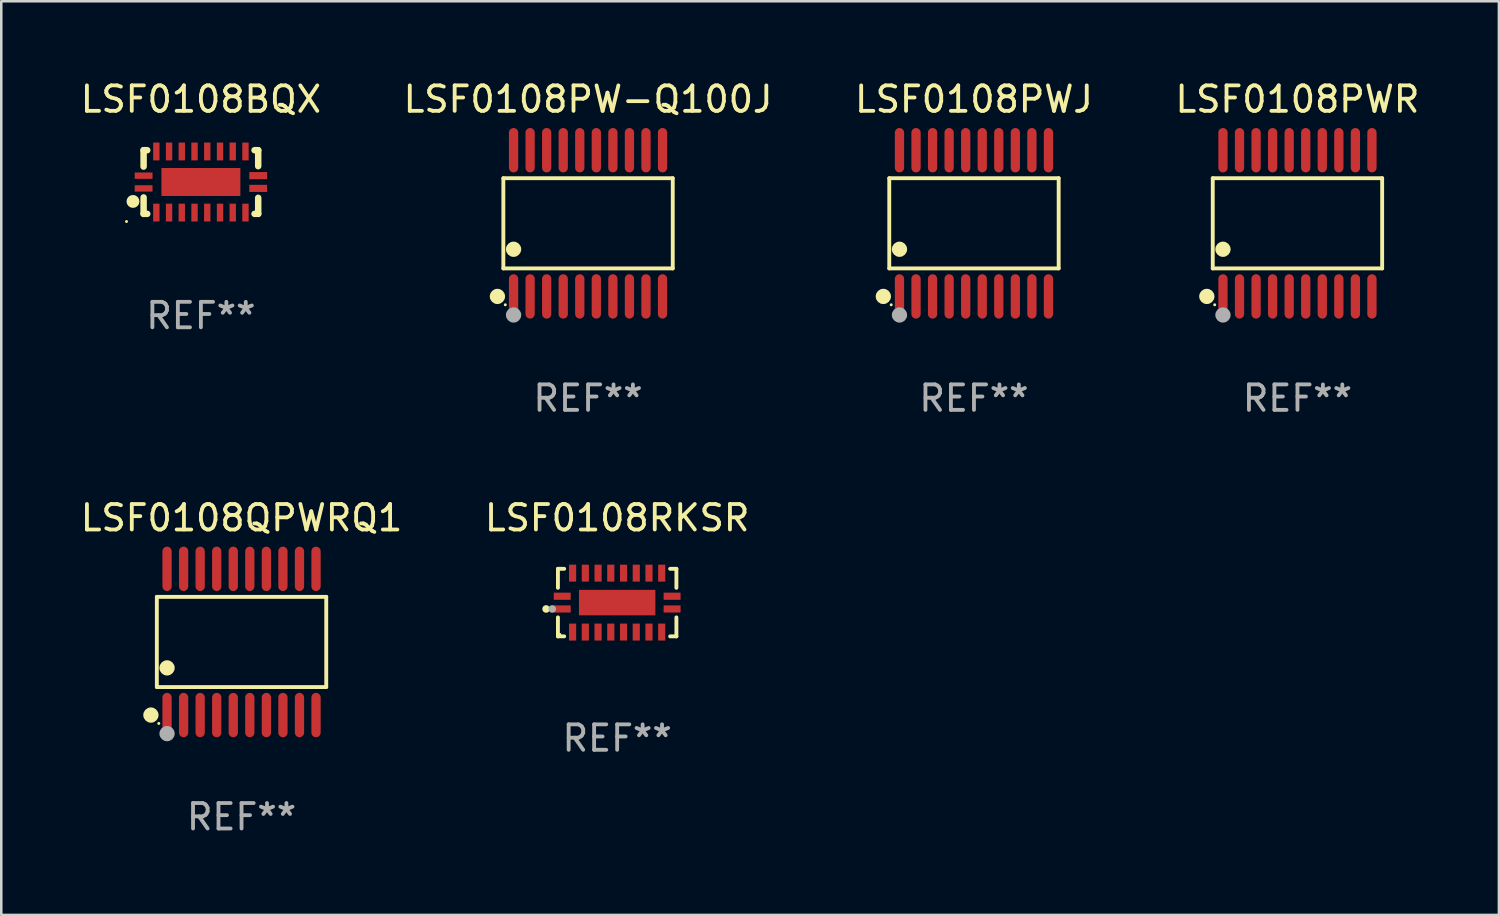
<source format=kicad_pcb>
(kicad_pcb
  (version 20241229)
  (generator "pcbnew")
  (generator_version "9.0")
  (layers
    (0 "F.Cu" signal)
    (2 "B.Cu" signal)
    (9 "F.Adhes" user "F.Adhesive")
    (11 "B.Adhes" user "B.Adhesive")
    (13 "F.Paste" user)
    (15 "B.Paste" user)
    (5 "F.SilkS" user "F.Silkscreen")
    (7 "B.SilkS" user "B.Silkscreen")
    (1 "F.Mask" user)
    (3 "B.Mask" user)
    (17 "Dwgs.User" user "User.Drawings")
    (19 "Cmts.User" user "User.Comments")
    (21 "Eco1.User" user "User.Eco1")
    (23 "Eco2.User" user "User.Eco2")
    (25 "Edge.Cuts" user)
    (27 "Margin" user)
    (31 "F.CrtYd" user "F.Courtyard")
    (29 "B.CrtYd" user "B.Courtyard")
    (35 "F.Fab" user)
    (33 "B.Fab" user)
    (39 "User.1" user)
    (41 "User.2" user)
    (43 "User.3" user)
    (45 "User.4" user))
  (footprint "LSF0108RKSR"
    (layer "F.Cu")
    (at 21.185 20.613)
    (property "Reference" "LSF0108RKSR" (at 0 -3.326 0) (layer "F.SilkS") (effects (font (size 1 1) (thickness 0.15))))
    (attr through_hole)
    (fp_line (start -2.326 -1.326) (end -2.08 -1.326) (stroke (width 0.152) (type solid)) (layer "F.SilkS"))
    (fp_line (start -2.326 -0.58) (end -2.326 -1.326) (stroke (width 0.152) (type solid)) (layer "F.SilkS"))
    (fp_line (start -2.326 0.58) (end -2.326 1.326) (stroke (width 0.152) (type solid)) (layer "F.SilkS"))
    (fp_line (start -2.326 1.326) (end -2.08 1.326) (stroke (width 0.152) (type solid)) (layer "F.SilkS"))
    (fp_line (start 2.326 -1.326) (end 2.08 -1.326) (stroke (width 0.152) (type solid)) (layer "F.SilkS"))
    (fp_line (start 2.326 -0.58) (end 2.326 -1.326) (stroke (width 0.152) (type solid)) (layer "F.SilkS"))
    (fp_line (start 2.326 0.58) (end 2.326 1.326) (stroke (width 0.152) (type solid)) (layer "F.SilkS"))
    (fp_line (start 2.326 1.326) (end 2.08 1.326) (stroke (width 0.152) (type solid)) (layer "F.SilkS"))
    (fp_circle (center -2.79 0.25) (end -2.715 0.25) (stroke (width 0.15) (type solid)) (fill no) (layer "F.SilkS"))
    (fp_circle (center -2.25 1.25) (end -2.22 1.25) (stroke (width 0.06) (type solid)) (fill no) (layer "F.SilkS"))
    (fp_circle (center -2.55 0.25) (end -2.475 0.25) (stroke (width 0.15) (type solid)) (fill no) (layer "F.Fab"))
    (fp_text user "REF**" (at 0 5.326 0) (layer "F.Fab") (effects (font (size 1 1) (thickness 0.15))))
    (pad "1" smd rect (at -2.157 0.25) (size 0.665 0.28) (layers "F.Cu" "F.Mask" "F.Paste"))
    (pad "2" smd rect (at -1.75 1.157) (size 0.28 0.665) (layers "F.Cu" "F.Mask" "F.Paste"))
    (pad "3" smd rect (at -1.25 1.157) (size 0.28 0.665) (layers "F.Cu" "F.Mask" "F.Paste"))
    (pad "4" smd rect (at -0.75 1.157) (size 0.28 0.665) (layers "F.Cu" "F.Mask" "F.Paste"))
    (pad "5" smd rect (at -0.25 1.157) (size 0.28 0.665) (layers "F.Cu" "F.Mask" "F.Paste"))
    (pad "6" smd rect (at 0.25 1.157) (size 0.28 0.665) (layers "F.Cu" "F.Mask" "F.Paste"))
    (pad "7" smd rect (at 0.75 1.157) (size 0.28 0.665) (layers "F.Cu" "F.Mask" "F.Paste"))
    (pad "8" smd rect (at 1.25 1.157) (size 0.28 0.665) (layers "F.Cu" "F.Mask" "F.Paste"))
    (pad "9" smd rect (at 1.75 1.157) (size 0.28 0.665) (layers "F.Cu" "F.Mask" "F.Paste"))
    (pad "10" smd rect (at 2.157 0.25) (size 0.665 0.28) (layers "F.Cu" "F.Mask" "F.Paste"))
    (pad "11" smd rect (at 2.157 -0.25) (size 0.665 0.28) (layers "F.Cu" "F.Mask" "F.Paste"))
    (pad "12" smd rect (at 1.75 -1.157) (size 0.28 0.665) (layers "F.Cu" "F.Mask" "F.Paste"))
    (pad "13" smd rect (at 1.25 -1.157) (size 0.28 0.665) (layers "F.Cu" "F.Mask" "F.Paste"))
    (pad "14" smd rect (at 0.75 -1.157) (size 0.28 0.665) (layers "F.Cu" "F.Mask" "F.Paste"))
    (pad "15" smd rect (at 0.25 -1.157) (size 0.28 0.665) (layers "F.Cu" "F.Mask" "F.Paste"))
    (pad "16" smd rect (at -0.25 -1.157) (size 0.28 0.665) (layers "F.Cu" "F.Mask" "F.Paste"))
    (pad "17" smd rect (at -0.75 -1.157) (size 0.28 0.665) (layers "F.Cu" "F.Mask" "F.Paste"))
    (pad "18" smd rect (at -1.25 -1.157) (size 0.28 0.665) (layers "F.Cu" "F.Mask" "F.Paste"))
    (pad "19" smd rect (at -1.75 -1.157) (size 0.28 0.665) (layers "F.Cu" "F.Mask" "F.Paste"))
    (pad "20" smd rect (at -2.157 -0.25) (size 0.665 0.28) (layers "F.Cu" "F.Mask" "F.Paste"))
    (pad "21" smd rect (at 0 0) (size 3 1) (layers "F.Cu" "F.Mask" "F.Paste")))
  (footprint "LSF0108BQX"
    (layer "F.Cu")
    (at 4.839 4.098)
    (property "Reference" "LSF0108BQX" (at 0 -3.25 0) (layer "F.SilkS") (effects (font (size 1 1) (thickness 0.15))))
    (attr through_hole)
    (fp_line (start -2.25 0.605) (end -2.25 1.25) (stroke (width 0.254) (type solid)) (layer "F.SilkS"))
    (fp_line (start -2.25 1.25) (end -2.107 1.25) (stroke (width 0.254) (type solid)) (layer "F.SilkS"))
    (fp_line (start -2.25 -1.25) (end -2.25 -0.606) (stroke (width 0.254) (type solid)) (layer "F.SilkS"))
    (fp_line (start -2.25 -1.25) (end -2.107 -1.25) (stroke (width 0.254) (type solid)) (layer "F.SilkS"))
    (fp_line (start 2.107 -1.25) (end 2.25 -1.25) (stroke (width 0.254) (type solid)) (layer "F.SilkS"))
    (fp_line (start 2.107 1.25) (end 2.25 1.25) (stroke (width 0.254) (type solid)) (layer "F.SilkS"))
    (fp_line (start 2.25 -1.25) (end 2.25 -0.622) (stroke (width 0.254) (type solid)) (layer "F.SilkS"))
    (fp_line (start 2.25 0.62) (end 2.25 1.25) (stroke (width 0.254) (type solid)) (layer "F.SilkS"))
    (fp_circle (center -2.921 1.55) (end -2.891 1.55) (stroke (width 0.06) (type solid)) (fill no) (layer "F.SilkS"))
    (fp_circle (center -2.667 0.762) (end -2.54 0.762) (stroke (width 0.254) (type solid)) (fill no) (layer "F.SilkS"))
    (fp_text user "REF**" (at 0 5.25 0) (layer "F.Fab") (effects (font (size 1 1) (thickness 0.15))))
    (pad "1" smd rect (at -2.25 0.25 180) (size 0.7 0.25) (layers "F.Cu" "F.Mask" "F.Paste"))
    (pad "2" smd rect (at -1.75 1.2 90) (size 0.7 0.25) (layers "F.Cu" "F.Mask" "F.Paste"))
    (pad "3" smd rect (at -1.25 1.2 90) (size 0.7 0.25) (layers "F.Cu" "F.Mask" "F.Paste"))
    (pad "4" smd rect (at -0.751 1.2 90) (size 0.7 0.25) (layers "F.Cu" "F.Mask" "F.Paste"))
    (pad "5" smd rect (at -0.25 1.2 90) (size 0.7 0.25) (layers "F.Cu" "F.Mask" "F.Paste"))
    (pad "6" smd rect (at 0.25 1.2 90) (size 0.7 0.25) (layers "F.Cu" "F.Mask" "F.Paste"))
    (pad "7" smd rect (at 0.751 1.2 90) (size 0.7 0.25) (layers "F.Cu" "F.Mask" "F.Paste"))
    (pad "8" smd rect (at 1.25 1.2 90) (size 0.7 0.25) (layers "F.Cu" "F.Mask" "F.Paste"))
    (pad "9" smd rect (at 1.75 1.2 90) (size 0.7 0.25) (layers "F.Cu" "F.Mask" "F.Paste"))
    (pad "10" smd rect (at 2.25 0.25 180) (size 0.7 0.28) (layers "F.Cu" "F.Mask" "F.Paste"))
    (pad "11" smd rect (at 2.25 -0.251 180) (size 0.7 0.28) (layers "F.Cu" "F.Mask" "F.Paste"))
    (pad "12" smd rect (at 1.75 -1.2 90) (size 0.7 0.25) (layers "F.Cu" "F.Mask" "F.Paste"))
    (pad "13" smd rect (at 1.25 -1.2 90) (size 0.7 0.25) (layers "F.Cu" "F.Mask" "F.Paste"))
    (pad "14" smd rect (at 0.751 -1.2 90) (size 0.7 0.25) (layers "F.Cu" "F.Mask" "F.Paste"))
    (pad "15" smd rect (at 0.25 -1.2 90) (size 0.7 0.25) (layers "F.Cu" "F.Mask" "F.Paste"))
    (pad "16" smd rect (at -0.25 -1.2 90) (size 0.7 0.25) (layers "F.Cu" "F.Mask" "F.Paste"))
    (pad "17" smd rect (at -0.751 -1.2 90) (size 0.7 0.25) (layers "F.Cu" "F.Mask" "F.Paste"))
    (pad "18" smd rect (at -1.25 -1.2 90) (size 0.7 0.25) (layers "F.Cu" "F.Mask" "F.Paste"))
    (pad "19" smd rect (at -1.75 -1.2 90) (size 0.7 0.25) (layers "F.Cu" "F.Mask" "F.Paste"))
    (pad "20" smd rect (at -2.25 -0.25 180) (size 0.7 0.25) (layers "F.Cu" "F.Mask" "F.Paste"))
    (pad "21" smd rect (at 0 -0.001 180) (size 3.1 1.1) (layers "F.Cu" "F.Mask" "F.Paste")))
  (footprint "LSF0108PWJ"
    (layer "F.Cu")
    (at 35.196 5.719)
    (property "Reference" "LSF0108PWJ" (at 0 -4.871 0) (layer "F.SilkS") (effects (font (size 1 1) (thickness 0.15))))
    (attr through_hole)
    (fp_line (start -3.326 -1.771) (end 3.326 -1.771) (stroke (width 0.152) (type solid)) (layer "F.SilkS"))
    (fp_line (start -3.326 1.771) (end -3.326 -1.771) (stroke (width 0.152) (type solid)) (layer "F.SilkS"))
    (fp_line (start 3.326 -1.771) (end 3.326 1.771) (stroke (width 0.152) (type solid)) (layer "F.SilkS"))
    (fp_line (start 3.326 1.771) (end -3.326 1.771) (stroke (width 0.152) (type solid)) (layer "F.SilkS"))
    (fp_circle (center -3.559 2.871) (end -3.409 2.871) (stroke (width 0.3) (type solid)) (fill no) (layer "F.SilkS"))
    (fp_circle (center -3.25 3.2) (end -3.22 3.2) (stroke (width 0.06) (type solid)) (fill no) (layer "F.SilkS"))
    (fp_circle (center -2.925 1.019) (end -2.775 1.019) (stroke (width 0.3) (type solid)) (fill no) (layer "F.SilkS"))
    (fp_circle (center -2.925 3.6) (end -2.775 3.6) (stroke (width 0.3) (type solid)) (fill no) (layer "F.Fab"))
    (fp_text user "REF**" (at 0 6.871 0) (layer "F.Fab") (effects (font (size 1 1) (thickness 0.15))))
    (pad "1" smd oval (at -2.925 2.871) (size 0.364 1.742) (layers "F.Cu" "F.Mask" "F.Paste"))
    (pad "2" smd oval (at -2.275 2.871) (size 0.364 1.742) (layers "F.Cu" "F.Mask" "F.Paste"))
    (pad "3" smd oval (at -1.625 2.871) (size 0.364 1.742) (layers "F.Cu" "F.Mask" "F.Paste"))
    (pad "4" smd oval (at -0.975 2.871) (size 0.364 1.742) (layers "F.Cu" "F.Mask" "F.Paste"))
    (pad "5" smd oval (at -0.325 2.871) (size 0.364 1.742) (layers "F.Cu" "F.Mask" "F.Paste"))
    (pad "6" smd oval (at 0.325 2.871) (size 0.364 1.742) (layers "F.Cu" "F.Mask" "F.Paste"))
    (pad "7" smd oval (at 0.975 2.871) (size 0.364 1.742) (layers "F.Cu" "F.Mask" "F.Paste"))
    (pad "8" smd oval (at 1.625 2.871) (size 0.364 1.742) (layers "F.Cu" "F.Mask" "F.Paste"))
    (pad "9" smd oval (at 2.275 2.871) (size 0.364 1.742) (layers "F.Cu" "F.Mask" "F.Paste"))
    (pad "10" smd oval (at 2.925 2.871) (size 0.364 1.742) (layers "F.Cu" "F.Mask" "F.Paste"))
    (pad "11" smd oval (at 2.925 -2.871) (size 0.364 1.742) (layers "F.Cu" "F.Mask" "F.Paste"))
    (pad "12" smd oval (at 2.275 -2.871) (size 0.364 1.742) (layers "F.Cu" "F.Mask" "F.Paste"))
    (pad "13" smd oval (at 1.625 -2.871) (size 0.364 1.742) (layers "F.Cu" "F.Mask" "F.Paste"))
    (pad "14" smd oval (at 0.975 -2.871) (size 0.364 1.742) (layers "F.Cu" "F.Mask" "F.Paste"))
    (pad "15" smd oval (at 0.325 -2.871) (size 0.364 1.742) (layers "F.Cu" "F.Mask" "F.Paste"))
    (pad "16" smd oval (at -0.325 -2.871) (size 0.364 1.742) (layers "F.Cu" "F.Mask" "F.Paste"))
    (pad "17" smd oval (at -0.975 -2.871) (size 0.364 1.742) (layers "F.Cu" "F.Mask" "F.Paste"))
    (pad "18" smd oval (at -1.625 -2.871) (size 0.364 1.742) (layers "F.Cu" "F.Mask" "F.Paste"))
    (pad "19" smd oval (at -2.275 -2.871) (size 0.364 1.742) (layers "F.Cu" "F.Mask" "F.Paste"))
    (pad "20" smd oval (at -2.925 -2.871) (size 0.364 1.742) (layers "F.Cu" "F.Mask" "F.Paste")))
  (footprint "LSF0108QPWRQ1"
    (layer "F.Cu")
    (at 6.435 22.158)
    (property "Reference" "LSF0108QPWRQ1" (at 0 -4.871 0) (layer "F.SilkS") (effects (font (size 1 1) (thickness 0.15))))
    (attr through_hole)
    (fp_line (start -3.326 -1.771) (end 3.326 -1.771) (stroke (width 0.152) (type solid)) (layer "F.SilkS"))
    (fp_line (start -3.326 1.771) (end -3.326 -1.771) (stroke (width 0.152) (type solid)) (layer "F.SilkS"))
    (fp_line (start 3.326 -1.771) (end 3.326 1.771) (stroke (width 0.152) (type solid)) (layer "F.SilkS"))
    (fp_line (start 3.326 1.771) (end -3.326 1.771) (stroke (width 0.152) (type solid)) (layer "F.SilkS"))
    (fp_circle (center -3.559 2.871) (end -3.409 2.871) (stroke (width 0.3) (type solid)) (fill no) (layer "F.SilkS"))
    (fp_circle (center -3.25 3.2) (end -3.22 3.2) (stroke (width 0.06) (type solid)) (fill no) (layer "F.SilkS"))
    (fp_circle (center -2.925 1.019) (end -2.775 1.019) (stroke (width 0.3) (type solid)) (fill no) (layer "F.SilkS"))
    (fp_circle (center -2.925 3.6) (end -2.775 3.6) (stroke (width 0.3) (type solid)) (fill no) (layer "F.Fab"))
    (fp_text user "REF**" (at 0 6.871 0) (layer "F.Fab") (effects (font (size 1 1) (thickness 0.15))))
    (pad "1" smd oval (at -2.925 2.871) (size 0.364 1.742) (layers "F.Cu" "F.Mask" "F.Paste"))
    (pad "2" smd oval (at -2.275 2.871) (size 0.364 1.742) (layers "F.Cu" "F.Mask" "F.Paste"))
    (pad "3" smd oval (at -1.625 2.871) (size 0.364 1.742) (layers "F.Cu" "F.Mask" "F.Paste"))
    (pad "4" smd oval (at -0.975 2.871) (size 0.364 1.742) (layers "F.Cu" "F.Mask" "F.Paste"))
    (pad "5" smd oval (at -0.325 2.871) (size 0.364 1.742) (layers "F.Cu" "F.Mask" "F.Paste"))
    (pad "6" smd oval (at 0.325 2.871) (size 0.364 1.742) (layers "F.Cu" "F.Mask" "F.Paste"))
    (pad "7" smd oval (at 0.975 2.871) (size 0.364 1.742) (layers "F.Cu" "F.Mask" "F.Paste"))
    (pad "8" smd oval (at 1.625 2.871) (size 0.364 1.742) (layers "F.Cu" "F.Mask" "F.Paste"))
    (pad "9" smd oval (at 2.275 2.871) (size 0.364 1.742) (layers "F.Cu" "F.Mask" "F.Paste"))
    (pad "10" smd oval (at 2.925 2.871) (size 0.364 1.742) (layers "F.Cu" "F.Mask" "F.Paste"))
    (pad "11" smd oval (at 2.925 -2.871) (size 0.364 1.742) (layers "F.Cu" "F.Mask" "F.Paste"))
    (pad "12" smd oval (at 2.275 -2.871) (size 0.364 1.742) (layers "F.Cu" "F.Mask" "F.Paste"))
    (pad "13" smd oval (at 1.625 -2.871) (size 0.364 1.742) (layers "F.Cu" "F.Mask" "F.Paste"))
    (pad "14" smd oval (at 0.975 -2.871) (size 0.364 1.742) (layers "F.Cu" "F.Mask" "F.Paste"))
    (pad "15" smd oval (at 0.325 -2.871) (size 0.364 1.742) (layers "F.Cu" "F.Mask" "F.Paste"))
    (pad "16" smd oval (at -0.325 -2.871) (size 0.364 1.742) (layers "F.Cu" "F.Mask" "F.Paste"))
    (pad "17" smd oval (at -0.975 -2.871) (size 0.364 1.742) (layers "F.Cu" "F.Mask" "F.Paste"))
    (pad "18" smd oval (at -1.625 -2.871) (size 0.364 1.742) (layers "F.Cu" "F.Mask" "F.Paste"))
    (pad "19" smd oval (at -2.275 -2.871) (size 0.364 1.742) (layers "F.Cu" "F.Mask" "F.Paste"))
    (pad "20" smd oval (at -2.925 -2.871) (size 0.364 1.742) (layers "F.Cu" "F.Mask" "F.Paste")))
  (footprint "LSF0108PW-Q100J"
    (layer "F.Cu")
    (at 20.042 5.719)
    (property "Reference" "LSF0108PW-Q100J" (at 0 -4.871 0) (layer "F.SilkS") (effects (font (size 1 1) (thickness 0.15))))
    (attr through_hole)
    (fp_line (start -3.326 -1.771) (end 3.326 -1.771) (stroke (width 0.152) (type solid)) (layer "F.SilkS"))
    (fp_line (start -3.326 1.771) (end -3.326 -1.771) (stroke (width 0.152) (type solid)) (layer "F.SilkS"))
    (fp_line (start 3.326 -1.771) (end 3.326 1.771) (stroke (width 0.152) (type solid)) (layer "F.SilkS"))
    (fp_line (start 3.326 1.771) (end -3.326 1.771) (stroke (width 0.152) (type solid)) (layer "F.SilkS"))
    (fp_circle (center -3.559 2.871) (end -3.409 2.871) (stroke (width 0.3) (type solid)) (fill no) (layer "F.SilkS"))
    (fp_circle (center -3.25 3.2) (end -3.22 3.2) (stroke (width 0.06) (type solid)) (fill no) (layer "F.SilkS"))
    (fp_circle (center -2.925 1.019) (end -2.775 1.019) (stroke (width 0.3) (type solid)) (fill no) (layer "F.SilkS"))
    (fp_circle (center -2.925 3.6) (end -2.775 3.6) (stroke (width 0.3) (type solid)) (fill no) (layer "F.Fab"))
    (fp_text user "REF**" (at 0 6.871 0) (layer "F.Fab") (effects (font (size 1 1) (thickness 0.15))))
    (pad "1" smd oval (at -2.925 2.871) (size 0.364 1.742) (layers "F.Cu" "F.Mask" "F.Paste"))
    (pad "2" smd oval (at -2.275 2.871) (size 0.364 1.742) (layers "F.Cu" "F.Mask" "F.Paste"))
    (pad "3" smd oval (at -1.625 2.871) (size 0.364 1.742) (layers "F.Cu" "F.Mask" "F.Paste"))
    (pad "4" smd oval (at -0.975 2.871) (size 0.364 1.742) (layers "F.Cu" "F.Mask" "F.Paste"))
    (pad "5" smd oval (at -0.325 2.871) (size 0.364 1.742) (layers "F.Cu" "F.Mask" "F.Paste"))
    (pad "6" smd oval (at 0.325 2.871) (size 0.364 1.742) (layers "F.Cu" "F.Mask" "F.Paste"))
    (pad "7" smd oval (at 0.975 2.871) (size 0.364 1.742) (layers "F.Cu" "F.Mask" "F.Paste"))
    (pad "8" smd oval (at 1.625 2.871) (size 0.364 1.742) (layers "F.Cu" "F.Mask" "F.Paste"))
    (pad "9" smd oval (at 2.275 2.871) (size 0.364 1.742) (layers "F.Cu" "F.Mask" "F.Paste"))
    (pad "10" smd oval (at 2.925 2.871) (size 0.364 1.742) (layers "F.Cu" "F.Mask" "F.Paste"))
    (pad "11" smd oval (at 2.925 -2.871) (size 0.364 1.742) (layers "F.Cu" "F.Mask" "F.Paste"))
    (pad "12" smd oval (at 2.275 -2.871) (size 0.364 1.742) (layers "F.Cu" "F.Mask" "F.Paste"))
    (pad "13" smd oval (at 1.625 -2.871) (size 0.364 1.742) (layers "F.Cu" "F.Mask" "F.Paste"))
    (pad "14" smd oval (at 0.975 -2.871) (size 0.364 1.742) (layers "F.Cu" "F.Mask" "F.Paste"))
    (pad "15" smd oval (at 0.325 -2.871) (size 0.364 1.742) (layers "F.Cu" "F.Mask" "F.Paste"))
    (pad "16" smd oval (at -0.325 -2.871) (size 0.364 1.742) (layers "F.Cu" "F.Mask" "F.Paste"))
    (pad "17" smd oval (at -0.975 -2.871) (size 0.364 1.742) (layers "F.Cu" "F.Mask" "F.Paste"))
    (pad "18" smd oval (at -1.625 -2.871) (size 0.364 1.742) (layers "F.Cu" "F.Mask" "F.Paste"))
    (pad "19" smd oval (at -2.275 -2.871) (size 0.364 1.742) (layers "F.Cu" "F.Mask" "F.Paste"))
    (pad "20" smd oval (at -2.925 -2.871) (size 0.364 1.742) (layers "F.Cu" "F.Mask" "F.Paste")))
  (footprint "LSF0108PWR"
    (layer "F.Cu")
    (at 47.899 5.719)
    (property "Reference" "LSF0108PWR" (at 0 -4.871 0) (layer "F.SilkS") (effects (font (size 1 1) (thickness 0.15))))
    (attr through_hole)
    (fp_line (start -3.326 -1.771) (end 3.326 -1.771) (stroke (width 0.152) (type solid)) (layer "F.SilkS"))
    (fp_line (start -3.326 1.771) (end -3.326 -1.771) (stroke (width 0.152) (type solid)) (layer "F.SilkS"))
    (fp_line (start 3.326 -1.771) (end 3.326 1.771) (stroke (width 0.152) (type solid)) (layer "F.SilkS"))
    (fp_line (start 3.326 1.771) (end -3.326 1.771) (stroke (width 0.152) (type solid)) (layer "F.SilkS"))
    (fp_circle (center -3.559 2.871) (end -3.409 2.871) (stroke (width 0.3) (type solid)) (fill no) (layer "F.SilkS"))
    (fp_circle (center -3.25 3.2) (end -3.22 3.2) (stroke (width 0.06) (type solid)) (fill no) (layer "F.SilkS"))
    (fp_circle (center -2.925 1.019) (end -2.775 1.019) (stroke (width 0.3) (type solid)) (fill no) (layer "F.SilkS"))
    (fp_circle (center -2.925 3.6) (end -2.775 3.6) (stroke (width 0.3) (type solid)) (fill no) (layer "F.Fab"))
    (fp_text user "REF**" (at 0 6.871 0) (layer "F.Fab") (effects (font (size 1 1) (thickness 0.15))))
    (pad "1" smd oval (at -2.925 2.871) (size 0.364 1.742) (layers "F.Cu" "F.Mask" "F.Paste"))
    (pad "2" smd oval (at -2.275 2.871) (size 0.364 1.742) (layers "F.Cu" "F.Mask" "F.Paste"))
    (pad "3" smd oval (at -1.625 2.871) (size 0.364 1.742) (layers "F.Cu" "F.Mask" "F.Paste"))
    (pad "4" smd oval (at -0.975 2.871) (size 0.364 1.742) (layers "F.Cu" "F.Mask" "F.Paste"))
    (pad "5" smd oval (at -0.325 2.871) (size 0.364 1.742) (layers "F.Cu" "F.Mask" "F.Paste"))
    (pad "6" smd oval (at 0.325 2.871) (size 0.364 1.742) (layers "F.Cu" "F.Mask" "F.Paste"))
    (pad "7" smd oval (at 0.975 2.871) (size 0.364 1.742) (layers "F.Cu" "F.Mask" "F.Paste"))
    (pad "8" smd oval (at 1.625 2.871) (size 0.364 1.742) (layers "F.Cu" "F.Mask" "F.Paste"))
    (pad "9" smd oval (at 2.275 2.871) (size 0.364 1.742) (layers "F.Cu" "F.Mask" "F.Paste"))
    (pad "10" smd oval (at 2.925 2.871) (size 0.364 1.742) (layers "F.Cu" "F.Mask" "F.Paste"))
    (pad "11" smd oval (at 2.925 -2.871) (size 0.364 1.742) (layers "F.Cu" "F.Mask" "F.Paste"))
    (pad "12" smd oval (at 2.275 -2.871) (size 0.364 1.742) (layers "F.Cu" "F.Mask" "F.Paste"))
    (pad "13" smd oval (at 1.625 -2.871) (size 0.364 1.742) (layers "F.Cu" "F.Mask" "F.Paste"))
    (pad "14" smd oval (at 0.975 -2.871) (size 0.364 1.742) (layers "F.Cu" "F.Mask" "F.Paste"))
    (pad "15" smd oval (at 0.325 -2.871) (size 0.364 1.742) (layers "F.Cu" "F.Mask" "F.Paste"))
    (pad "16" smd oval (at -0.325 -2.871) (size 0.364 1.742) (layers "F.Cu" "F.Mask" "F.Paste"))
    (pad "17" smd oval (at -0.975 -2.871) (size 0.364 1.742) (layers "F.Cu" "F.Mask" "F.Paste"))
    (pad "18" smd oval (at -1.625 -2.871) (size 0.364 1.742) (layers "F.Cu" "F.Mask" "F.Paste"))
    (pad "19" smd oval (at -2.275 -2.871) (size 0.364 1.742) (layers "F.Cu" "F.Mask" "F.Paste"))
    (pad "20" smd oval (at -2.925 -2.871) (size 0.364 1.742) (layers "F.Cu" "F.Mask" "F.Paste")))
  (gr_rect
    (start -3 -3)
    (end 55.81 32.877)
    (stroke (width 0.1) (type default))
    (fill no)
    (layer "Edge.Cuts")))
</source>
